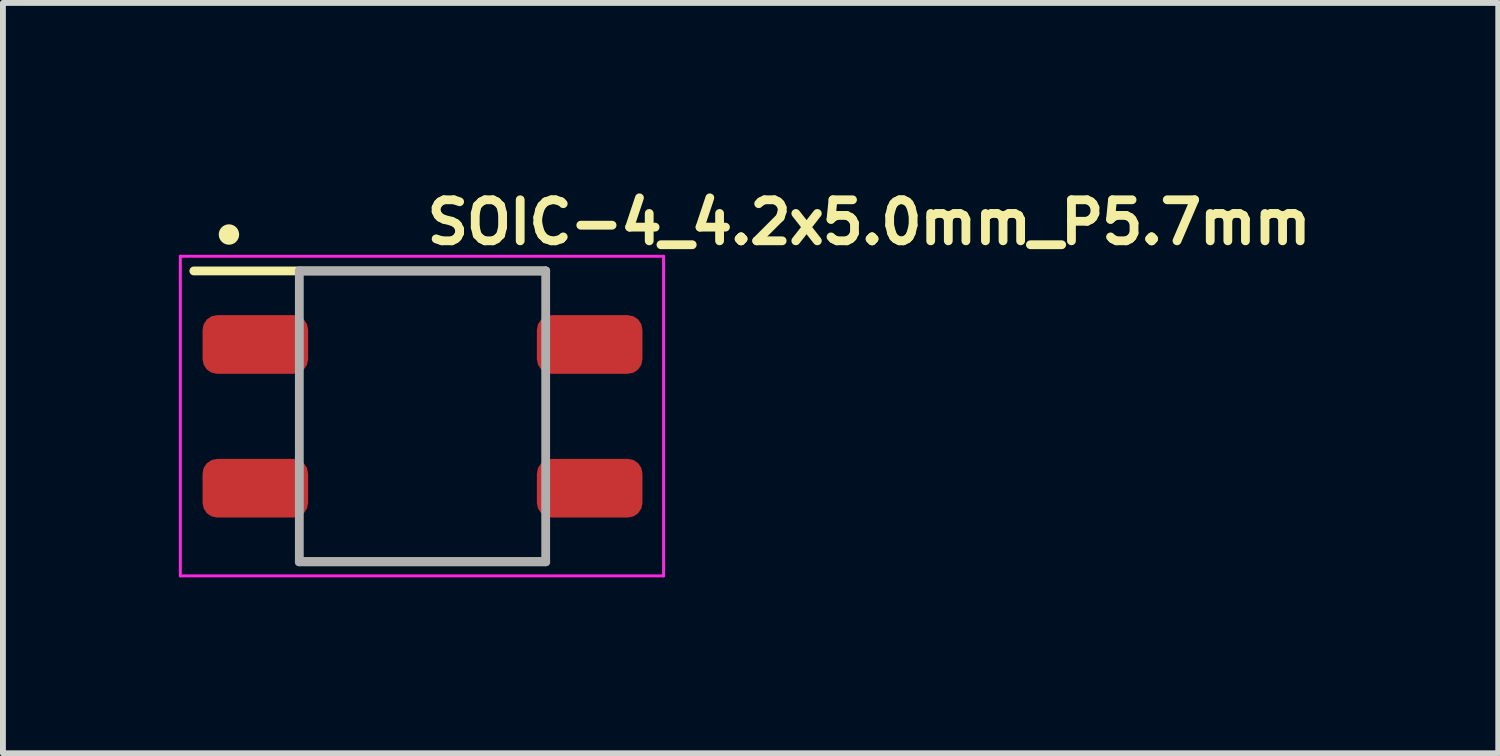
<source format=kicad_pcb>
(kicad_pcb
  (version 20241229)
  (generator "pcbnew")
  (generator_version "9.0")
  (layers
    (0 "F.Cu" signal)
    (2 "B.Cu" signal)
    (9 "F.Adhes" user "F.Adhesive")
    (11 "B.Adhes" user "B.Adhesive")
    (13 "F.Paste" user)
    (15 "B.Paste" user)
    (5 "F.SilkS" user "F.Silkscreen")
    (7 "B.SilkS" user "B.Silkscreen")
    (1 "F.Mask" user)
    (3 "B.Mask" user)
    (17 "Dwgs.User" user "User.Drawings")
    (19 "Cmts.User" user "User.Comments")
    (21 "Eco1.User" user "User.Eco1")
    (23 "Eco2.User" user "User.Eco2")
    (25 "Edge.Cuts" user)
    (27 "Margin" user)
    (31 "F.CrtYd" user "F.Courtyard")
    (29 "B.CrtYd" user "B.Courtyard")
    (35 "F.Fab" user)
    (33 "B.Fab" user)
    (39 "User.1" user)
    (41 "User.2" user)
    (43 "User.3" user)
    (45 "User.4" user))
  (footprint "SOIC-4_4.2x5.0mm_P5.7mm"
    (layer "F.Cu")
    (at 4.155 4.05)
    (property "Reference" "SOIC-4_4.2x5.0mm_P5.7mm" (at 0 -2.9 0) (layer "F.SilkS") (effects (font (size 0.7 0.7) (thickness 0.15)) (justify left bottom)))
    (attr smd)
    (fp_line (start -3.9 -2.48) (end 2.1 -2.48) (stroke (width 0.15) (type solid)) (layer "F.SilkS"))
    (fp_line (start -2.101 2.479) (end 2.1 2.479) (stroke (width 0.15) (type solid)) (layer "F.SilkS"))
    (fp_circle (center -3.301 -3.101) (end -3.202 -3.101) (stroke (width 0.15) (type solid)) (fill yes) (layer "F.SilkS"))
    (fp_line (start -4.13 -2.73) (end -4.13 2.72) (stroke (width 0.05) (type solid)) (layer "F.CrtYd"))
    (fp_line (start -4.13 2.72) (end 4.11 2.72) (stroke (width 0.05) (type solid)) (layer "F.CrtYd"))
    (fp_line (start 4.11 -2.73) (end -4.13 -2.73) (stroke (width 0.05) (type solid)) (layer "F.CrtYd"))
    (fp_line (start 4.11 2.72) (end 4.11 -2.73) (stroke (width 0.05) (type solid)) (layer "F.CrtYd"))
    (fp_line (start -2.101 -2.48) (end 2.1 -2.48) (stroke (width 0.15) (type solid)) (layer "F.Fab"))
    (fp_line (start -2.101 2.479) (end -2.101 -2.48) (stroke (width 0.15) (type solid)) (layer "F.Fab"))
    (fp_line (start 2.1 -2.48) (end 2.1 2.479) (stroke (width 0.15) (type solid)) (layer "F.Fab"))
    (fp_line (start 2.1 2.479) (end -2.101 2.479) (stroke (width 0.15) (type solid)) (layer "F.Fab"))
    (fp_rect (start -3.351 -2.363) (end 3.35 2.362) (stroke (width 0.1) (type solid)) (fill no) (layer "User.5"))
    (fp_line (start -3.351 -1.543) (end -3.351 -0.909) (stroke (width 0.02) (type solid)) (layer "User.9"))
    (fp_line (start -3.351 1.542) (end -3.351 0.907) (stroke (width 0.02) (type solid)) (layer "User.9"))
    (fp_line (start -3.04 -1.543) (end -3.351 -1.543) (stroke (width 0.02) (type solid)) (layer "User.9"))
    (fp_line (start -3.04 -0.909) (end -3.351 -0.909) (stroke (width 0.02) (type solid)) (layer "User.9"))
    (fp_line (start -3.04 0.907) (end -3.351 0.907) (stroke (width 0.02) (type solid)) (layer "User.9"))
    (fp_line (start -3.04 1.542) (end -3.351 1.542) (stroke (width 0.02) (type solid)) (layer "User.9"))
    (fp_line (start -2.746 -1.543) (end -3.04 -1.543) (stroke (width 0.02) (type solid)) (layer "User.9"))
    (fp_line (start -2.746 -1.543) (end -2.746 -1.543) (stroke (width 0.02) (type solid)) (layer "User.9"))
    (fp_line (start -2.746 -0.909) (end -3.04 -0.909) (stroke (width 0.02) (type solid)) (layer "User.9"))
    (fp_line (start -2.746 -0.909) (end -2.746 -0.909) (stroke (width 0.02) (type solid)) (layer "User.9"))
    (fp_line (start -2.746 0.907) (end -3.04 0.907) (stroke (width 0.02) (type solid)) (layer "User.9"))
    (fp_line (start -2.746 0.907) (end -2.746 0.907) (stroke (width 0.02) (type solid)) (layer "User.9"))
    (fp_line (start -2.746 1.542) (end -3.04 1.542) (stroke (width 0.02) (type solid)) (layer "User.9"))
    (fp_line (start -2.746 1.542) (end -2.746 1.542) (stroke (width 0.02) (type solid)) (layer "User.9"))
    (fp_line (start -2.628 -1.543) (end -2.746 -1.543) (stroke (width 0.02) (type solid)) (layer "User.9"))
    (fp_line (start -2.628 -1.543) (end -2.628 -0.909) (stroke (width 0.02) (type solid)) (layer "User.9"))
    (fp_line (start -2.628 -0.909) (end -2.746 -0.909) (stroke (width 0.02) (type solid)) (layer "User.9"))
    (fp_line (start -2.628 0.907) (end -2.746 0.907) (stroke (width 0.02) (type solid)) (layer "User.9"))
    (fp_line (start -2.628 1.542) (end -2.746 1.542) (stroke (width 0.02) (type solid)) (layer "User.9"))
    (fp_line (start -2.628 1.542) (end -2.628 0.907) (stroke (width 0.02) (type solid)) (layer "User.9"))
    (fp_line (start -2.612 -1.543) (end -2.628 -1.543) (stroke (width 0.02) (type solid)) (layer "User.9"))
    (fp_line (start -2.612 -1.543) (end -2.612 -1.543) (stroke (width 0.02) (type solid)) (layer "User.9"))
    (fp_line (start -2.612 -0.909) (end -2.628 -0.909) (stroke (width 0.02) (type solid)) (layer "User.9"))
    (fp_line (start -2.612 -0.909) (end -2.612 -0.909) (stroke (width 0.02) (type solid)) (layer "User.9"))
    (fp_line (start -2.612 0.907) (end -2.628 0.907) (stroke (width 0.02) (type solid)) (layer "User.9"))
    (fp_line (start -2.612 0.907) (end -2.612 0.907) (stroke (width 0.02) (type solid)) (layer "User.9"))
    (fp_line (start -2.612 1.542) (end -2.628 1.542) (stroke (width 0.02) (type solid)) (layer "User.9"))
    (fp_line (start -2.612 1.542) (end -2.612 1.542) (stroke (width 0.02) (type solid)) (layer "User.9"))
    (fp_line (start -2.565 -1.543) (end -2.612 -1.543) (stroke (width 0.02) (type solid)) (layer "User.9"))
    (fp_line (start -2.565 -1.543) (end -2.565 -1.543) (stroke (width 0.02) (type solid)) (layer "User.9"))
    (fp_line (start -2.565 -0.909) (end -2.612 -0.909) (stroke (width 0.02) (type solid)) (layer "User.9"))
    (fp_line (start -2.565 -0.909) (end -2.565 -0.909) (stroke (width 0.02) (type solid)) (layer "User.9"))
    (fp_line (start -2.565 0.907) (end -2.612 0.907) (stroke (width 0.02) (type solid)) (layer "User.9"))
    (fp_line (start -2.565 0.907) (end -2.565 0.907) (stroke (width 0.02) (type solid)) (layer "User.9"))
    (fp_line (start -2.565 1.542) (end -2.612 1.542) (stroke (width 0.02) (type solid)) (layer "User.9"))
    (fp_line (start -2.565 1.542) (end -2.565 1.542) (stroke (width 0.02) (type solid)) (layer "User.9"))
    (fp_line (start -2.492 -1.543) (end -2.565 -1.543) (stroke (width 0.02) (type solid)) (layer "User.9"))
    (fp_line (start -2.492 -1.543) (end -2.492 -1.543) (stroke (width 0.02) (type solid)) (layer "User.9"))
    (fp_line (start -2.492 -0.909) (end -2.565 -0.909) (stroke (width 0.02) (type solid)) (layer "User.9"))
    (fp_line (start -2.492 -0.909) (end -2.492 -0.909) (stroke (width 0.02) (type solid)) (layer "User.9"))
    (fp_line (start -2.492 0.907) (end -2.565 0.907) (stroke (width 0.02) (type solid)) (layer "User.9"))
    (fp_line (start -2.492 0.907) (end -2.492 0.907) (stroke (width 0.02) (type solid)) (layer "User.9"))
    (fp_line (start -2.492 1.542) (end -2.565 1.542) (stroke (width 0.02) (type solid)) (layer "User.9"))
    (fp_line (start -2.492 1.542) (end -2.492 1.542) (stroke (width 0.02) (type solid)) (layer "User.9"))
    (fp_line (start -2.445 -1.543) (end -2.492 -1.543) (stroke (width 0.02) (type solid)) (layer "User.9"))
    (fp_line (start -2.445 -1.543) (end -2.445 -1.543) (stroke (width 0.02) (type solid)) (layer "User.9"))
    (fp_line (start -2.445 -0.909) (end -2.492 -0.909) (stroke (width 0.02) (type solid)) (layer "User.9"))
    (fp_line (start -2.445 -0.909) (end -2.445 -0.909) (stroke (width 0.02) (type solid)) (layer "User.9"))
    (fp_line (start -2.445 0.907) (end -2.492 0.907) (stroke (width 0.02) (type solid)) (layer "User.9"))
    (fp_line (start -2.445 0.907) (end -2.445 0.907) (stroke (width 0.02) (type solid)) (layer "User.9"))
    (fp_line (start -2.445 1.542) (end -2.492 1.542) (stroke (width 0.02) (type solid)) (layer "User.9"))
    (fp_line (start -2.445 1.542) (end -2.445 1.542) (stroke (width 0.02) (type solid)) (layer "User.9"))
    (fp_line (start -2.007 -1.543) (end -2.445 -1.543) (stroke (width 0.02) (type solid)) (layer "User.9"))
    (fp_line (start -2.007 -0.909) (end -2.445 -0.909) (stroke (width 0.02) (type solid)) (layer "User.9"))
    (fp_line (start -2.007 0.907) (end -2.445 0.907) (stroke (width 0.02) (type solid)) (layer "User.9"))
    (fp_line (start -2.007 1.542) (end -2.445 1.542) (stroke (width 0.02) (type solid)) (layer "User.9"))
    (fp_line (start -1.95 -2.363) (end -1.95 2.362) (stroke (width 0.02) (type solid)) (layer "User.9"))
    (fp_line (start -1.95 -1.543) (end -2.007 -1.543) (stroke (width 0.02) (type solid)) (layer "User.9"))
    (fp_line (start -1.95 -0.909) (end -2.007 -0.909) (stroke (width 0.02) (type solid)) (layer "User.9"))
    (fp_line (start -1.95 0.907) (end -2.007 0.907) (stroke (width 0.02) (type solid)) (layer "User.9"))
    (fp_line (start -1.95 1.542) (end -2.007 1.542) (stroke (width 0.02) (type solid)) (layer "User.9"))
    (fp_line (start -1.95 2.362) (end 1.449 2.362) (stroke (width 0.02) (type solid)) (layer "User.9"))
    (fp_line (start 1.449 -2.363) (end -1.95 -2.363) (stroke (width 0.02) (type solid)) (layer "User.9"))
    (fp_line (start 1.449 -2.363) (end 1.949 -2.363) (stroke (width 0.02) (type solid)) (layer "User.9"))
    (fp_line (start 1.449 2.362) (end 1.449 -2.363) (stroke (width 0.02) (type solid)) (layer "User.9"))
    (fp_line (start 1.949 -2.363) (end 1.949 2.362) (stroke (width 0.02) (type solid)) (layer "User.9"))
    (fp_line (start 1.949 -1.543) (end 2.004 -1.543) (stroke (width 0.02) (type solid)) (layer "User.9"))
    (fp_line (start 1.949 -0.909) (end 2.004 -0.909) (stroke (width 0.02) (type solid)) (layer "User.9"))
    (fp_line (start 1.949 0.907) (end 2.004 0.907) (stroke (width 0.02) (type solid)) (layer "User.9"))
    (fp_line (start 1.949 1.542) (end 2.004 1.542) (stroke (width 0.02) (type solid)) (layer "User.9"))
    (fp_line (start 1.949 2.362) (end 1.449 2.362) (stroke (width 0.02) (type solid)) (layer "User.9"))
    (fp_line (start 2.004 -1.543) (end 2.443 -1.543) (stroke (width 0.02) (type solid)) (layer "User.9"))
    (fp_line (start 2.004 -0.909) (end 2.443 -0.909) (stroke (width 0.02) (type solid)) (layer "User.9"))
    (fp_line (start 2.004 0.907) (end 2.443 0.907) (stroke (width 0.02) (type solid)) (layer "User.9"))
    (fp_line (start 2.004 1.542) (end 2.443 1.542) (stroke (width 0.02) (type solid)) (layer "User.9"))
    (fp_line (start 2.443 -1.543) (end 2.443 -1.543) (stroke (width 0.02) (type solid)) (layer "User.9"))
    (fp_line (start 2.443 -1.543) (end 2.49 -1.543) (stroke (width 0.02) (type solid)) (layer "User.9"))
    (fp_line (start 2.443 -0.909) (end 2.443 -0.909) (stroke (width 0.02) (type solid)) (layer "User.9"))
    (fp_line (start 2.443 -0.909) (end 2.49 -0.909) (stroke (width 0.02) (type solid)) (layer "User.9"))
    (fp_line (start 2.443 0.907) (end 2.443 0.907) (stroke (width 0.02) (type solid)) (layer "User.9"))
    (fp_line (start 2.443 0.907) (end 2.49 0.907) (stroke (width 0.02) (type solid)) (layer "User.9"))
    (fp_line (start 2.443 1.542) (end 2.443 1.542) (stroke (width 0.02) (type solid)) (layer "User.9"))
    (fp_line (start 2.443 1.542) (end 2.49 1.542) (stroke (width 0.02) (type solid)) (layer "User.9"))
    (fp_line (start 2.49 -1.543) (end 2.49 -1.543) (stroke (width 0.02) (type solid)) (layer "User.9"))
    (fp_line (start 2.49 -1.543) (end 2.564 -1.543) (stroke (width 0.02) (type solid)) (layer "User.9"))
    (fp_line (start 2.49 -0.909) (end 2.49 -0.909) (stroke (width 0.02) (type solid)) (layer "User.9"))
    (fp_line (start 2.49 -0.909) (end 2.564 -0.909) (stroke (width 0.02) (type solid)) (layer "User.9"))
    (fp_line (start 2.49 0.907) (end 2.49 0.907) (stroke (width 0.02) (type solid)) (layer "User.9"))
    (fp_line (start 2.49 0.907) (end 2.564 0.907) (stroke (width 0.02) (type solid)) (layer "User.9"))
    (fp_line (start 2.49 1.542) (end 2.49 1.542) (stroke (width 0.02) (type solid)) (layer "User.9"))
    (fp_line (start 2.49 1.542) (end 2.564 1.542) (stroke (width 0.02) (type solid)) (layer "User.9"))
    (fp_line (start 2.564 -1.543) (end 2.564 -1.543) (stroke (width 0.02) (type solid)) (layer "User.9"))
    (fp_line (start 2.564 -1.543) (end 2.609 -1.543) (stroke (width 0.02) (type solid)) (layer "User.9"))
    (fp_line (start 2.564 -0.909) (end 2.564 -0.909) (stroke (width 0.02) (type solid)) (layer "User.9"))
    (fp_line (start 2.564 -0.909) (end 2.609 -0.909) (stroke (width 0.02) (type solid)) (layer "User.9"))
    (fp_line (start 2.564 0.907) (end 2.564 0.907) (stroke (width 0.02) (type solid)) (layer "User.9"))
    (fp_line (start 2.564 0.907) (end 2.609 0.907) (stroke (width 0.02) (type solid)) (layer "User.9"))
    (fp_line (start 2.564 1.542) (end 2.564 1.542) (stroke (width 0.02) (type solid)) (layer "User.9"))
    (fp_line (start 2.564 1.542) (end 2.609 1.542) (stroke (width 0.02) (type solid)) (layer "User.9"))
    (fp_line (start 2.609 -1.543) (end 2.609 -1.543) (stroke (width 0.02) (type solid)) (layer "User.9"))
    (fp_line (start 2.609 -1.543) (end 2.625 -1.543) (stroke (width 0.02) (type solid)) (layer "User.9"))
    (fp_line (start 2.609 -0.909) (end 2.609 -0.909) (stroke (width 0.02) (type solid)) (layer "User.9"))
    (fp_line (start 2.609 -0.909) (end 2.625 -0.909) (stroke (width 0.02) (type solid)) (layer "User.9"))
    (fp_line (start 2.609 0.907) (end 2.609 0.907) (stroke (width 0.02) (type solid)) (layer "User.9"))
    (fp_line (start 2.609 0.907) (end 2.625 0.907) (stroke (width 0.02) (type solid)) (layer "User.9"))
    (fp_line (start 2.609 1.542) (end 2.609 1.542) (stroke (width 0.02) (type solid)) (layer "User.9"))
    (fp_line (start 2.609 1.542) (end 2.625 1.542) (stroke (width 0.02) (type solid)) (layer "User.9"))
    (fp_line (start 2.625 -1.543) (end 2.625 -0.909) (stroke (width 0.02) (type solid)) (layer "User.9"))
    (fp_line (start 2.625 -1.543) (end 2.745 -1.543) (stroke (width 0.02) (type solid)) (layer "User.9"))
    (fp_line (start 2.625 -0.909) (end 2.745 -0.909) (stroke (width 0.02) (type solid)) (layer "User.9"))
    (fp_line (start 2.625 0.907) (end 2.745 0.907) (stroke (width 0.02) (type solid)) (layer "User.9"))
    (fp_line (start 2.625 1.542) (end 2.625 0.907) (stroke (width 0.02) (type solid)) (layer "User.9"))
    (fp_line (start 2.625 1.542) (end 2.745 1.542) (stroke (width 0.02) (type solid)) (layer "User.9"))
    (fp_line (start 2.745 -1.543) (end 2.745 -1.543) (stroke (width 0.02) (type solid)) (layer "User.9"))
    (fp_line (start 2.745 -1.543) (end 3.038 -1.543) (stroke (width 0.02) (type solid)) (layer "User.9"))
    (fp_line (start 2.745 -0.909) (end 2.745 -0.909) (stroke (width 0.02) (type solid)) (layer "User.9"))
    (fp_line (start 2.745 -0.909) (end 3.038 -0.909) (stroke (width 0.02) (type solid)) (layer "User.9"))
    (fp_line (start 2.745 0.907) (end 2.745 0.907) (stroke (width 0.02) (type solid)) (layer "User.9"))
    (fp_line (start 2.745 0.907) (end 3.038 0.907) (stroke (width 0.02) (type solid)) (layer "User.9"))
    (fp_line (start 2.745 1.542) (end 2.745 1.542) (stroke (width 0.02) (type solid)) (layer "User.9"))
    (fp_line (start 2.745 1.542) (end 3.038 1.542) (stroke (width 0.02) (type solid)) (layer "User.9"))
    (fp_line (start 3.038 -1.543) (end 3.35 -1.543) (stroke (width 0.02) (type solid)) (layer "User.9"))
    (fp_line (start 3.038 -0.909) (end 3.35 -0.909) (stroke (width 0.02) (type solid)) (layer "User.9"))
    (fp_line (start 3.038 0.907) (end 3.35 0.907) (stroke (width 0.02) (type solid)) (layer "User.9"))
    (fp_line (start 3.038 1.542) (end 3.35 1.542) (stroke (width 0.02) (type solid)) (layer "User.9"))
    (fp_line (start 3.35 -1.543) (end 3.35 -0.909) (stroke (width 0.02) (type solid)) (layer "User.9"))
    (fp_line (start 3.35 1.542) (end 3.35 0.907) (stroke (width 0.02) (type solid)) (layer "User.9"))
    (pad "1" smd roundrect (at -2.851 -1.226) (size 1.8 1) (layers "F.Cu" "F.Mask" "F.Paste") (roundrect_rratio 0.25))
    (pad "2" smd roundrect (at -2.851 1.225) (size 1.8 1) (layers "F.Cu" "F.Mask" "F.Paste") (roundrect_rratio 0.25))
    (pad "3" smd roundrect (at 2.85 1.225) (size 1.8 1) (layers "F.Cu" "F.Mask" "F.Paste") (roundrect_rratio 0.25))
    (pad "4" smd roundrect (at 2.85 -1.226) (size 1.8 1) (layers "F.Cu" "F.Mask" "F.Paste") (roundrect_rratio 0.25)))
  (gr_rect
    (start -3 -3)
    (end 22.498 9.795)
    (stroke (width 0.1) (type default))
    (fill no)
    (layer "Edge.Cuts")))
</source>
